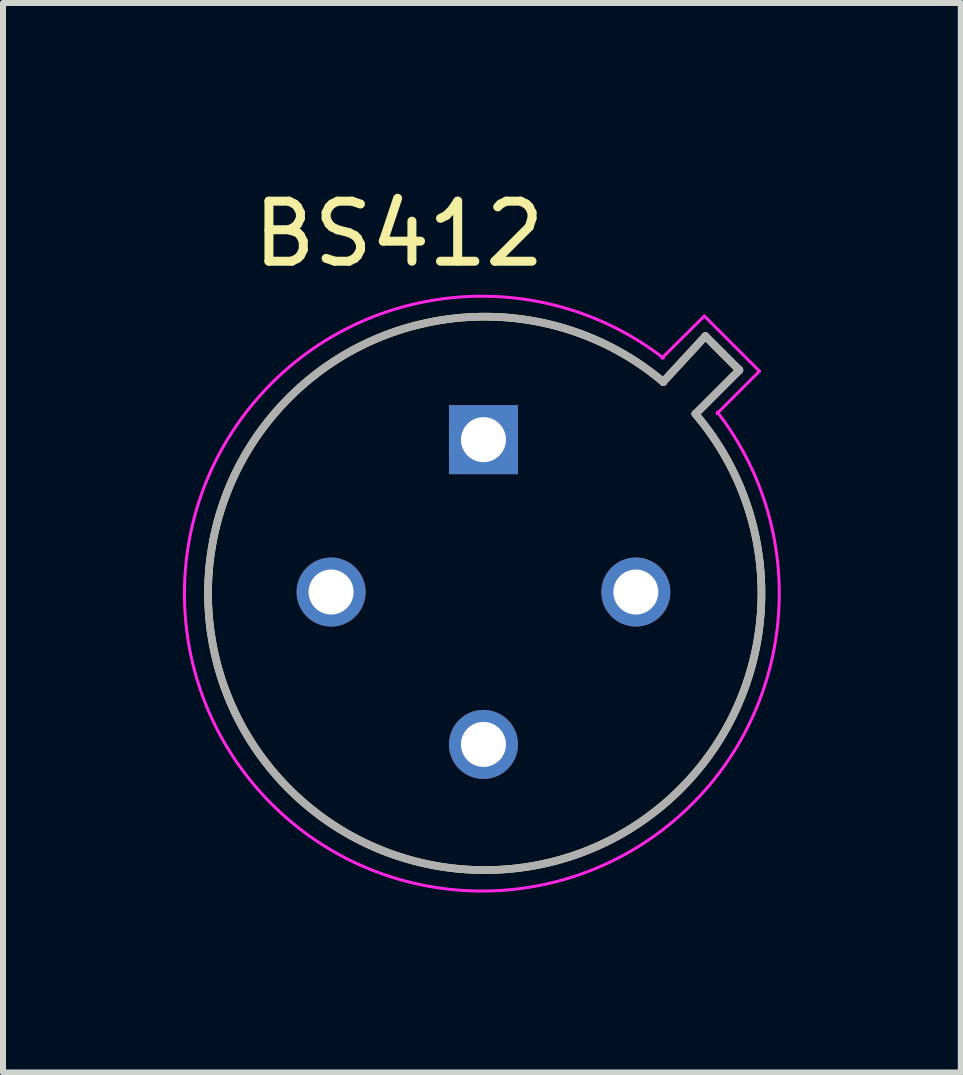
<source format=kicad_pcb>
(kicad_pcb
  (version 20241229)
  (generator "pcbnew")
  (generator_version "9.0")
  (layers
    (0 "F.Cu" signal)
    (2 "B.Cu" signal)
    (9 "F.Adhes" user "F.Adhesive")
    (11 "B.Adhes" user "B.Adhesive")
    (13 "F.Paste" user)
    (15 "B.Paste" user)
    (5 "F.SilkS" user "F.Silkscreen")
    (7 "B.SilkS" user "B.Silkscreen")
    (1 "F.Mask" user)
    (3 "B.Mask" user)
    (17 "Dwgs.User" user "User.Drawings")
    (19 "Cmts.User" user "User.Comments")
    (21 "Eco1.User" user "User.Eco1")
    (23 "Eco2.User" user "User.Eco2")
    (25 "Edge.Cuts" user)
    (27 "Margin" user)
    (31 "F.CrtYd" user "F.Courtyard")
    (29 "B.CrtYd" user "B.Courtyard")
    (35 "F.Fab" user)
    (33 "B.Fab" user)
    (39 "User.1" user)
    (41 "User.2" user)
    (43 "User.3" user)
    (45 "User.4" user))
  (footprint "BS412"
    (layer "F.Cu")
    (at 5.009 4.279)
    (property "Reference" "BS412" (at -1.407 -3.43 0) (layer "F.SilkS") (effects (font (size 1.001 1.001) (thickness 0.15))))
    (attr through_hole)
    (fp_line (start 2.993 -0.96) (end 3.7 -1.726) (stroke (width 0.127) (type solid)) (layer "F.SilkS"))
    (fp_line (start 3.7 -1.726) (end 4.266 -1.16) (stroke (width 0.127) (type solid)) (layer "F.SilkS"))
    (fp_line (start 4.266 -1.16) (end 3.559 -0.453) (stroke (width 0.127) (type solid)) (layer "F.SilkS"))
    (fp_arc (start 3.5306 -0.4318) (mid -3.23244 5.831365) (end 3 -0.96) (stroke (width 0.127) (type solid)) (layer "F.SilkS"))
    (fp_line (start 3.682 -2.061) (end 2.975 -1.36) (stroke (width 0.05) (type solid)) (layer "F.CrtYd"))
    (fp_line (start 4.601 -1.142) (end 3.682 -2.061) (stroke (width 0.05) (type solid)) (layer "F.CrtYd"))
    (fp_line (start 4.601 -1.142) (end 3.894 -0.435) (stroke (width 0.05) (type solid)) (layer "F.CrtYd"))
    (fp_arc (start 3.9 -0.46) (mid -3.532372 6.072372) (end 3 -1.36) (stroke (width 0.05) (type solid)) (layer "F.CrtYd"))
    (fp_line (start 2.993 -0.96) (end 3.7 -1.726) (stroke (width 0.127) (type solid)) (layer "F.Fab"))
    (fp_line (start 3.7 -1.726) (end 4.266 -1.16) (stroke (width 0.127) (type solid)) (layer "F.Fab"))
    (fp_line (start 4.266 -1.16) (end 3.559 -0.453) (stroke (width 0.127) (type solid)) (layer "F.Fab"))
    (fp_arc (start 3.5306 -0.4318) (mid -3.23244 5.831365) (end 3 -0.96) (stroke (width 0.127) (type solid)) (layer "F.Fab"))
    (pad "1" thru_hole rect (at 0 0) (size 1.15 1.15) (drill 0.75) (layers "*.Cu" "*.Mask"))
    (pad "2" thru_hole circle (at -2.54 2.54) (size 1.15 1.15) (drill 0.75) (layers "*.Cu" "*.Mask"))
    (pad "3" thru_hole circle (at 0 5.08) (size 1.15 1.15) (drill 0.75) (layers "*.Cu" "*.Mask"))
    (pad "4" thru_hole circle (at 2.54 2.54) (size 1.15 1.15) (drill 0.75) (layers "*.Cu" "*.Mask")))
  (gr_rect
    (start -3 -3)
    (end 12.966 14.828)
    (stroke (width 0.1) (type default))
    (fill no)
    (layer "Edge.Cuts")))
</source>
